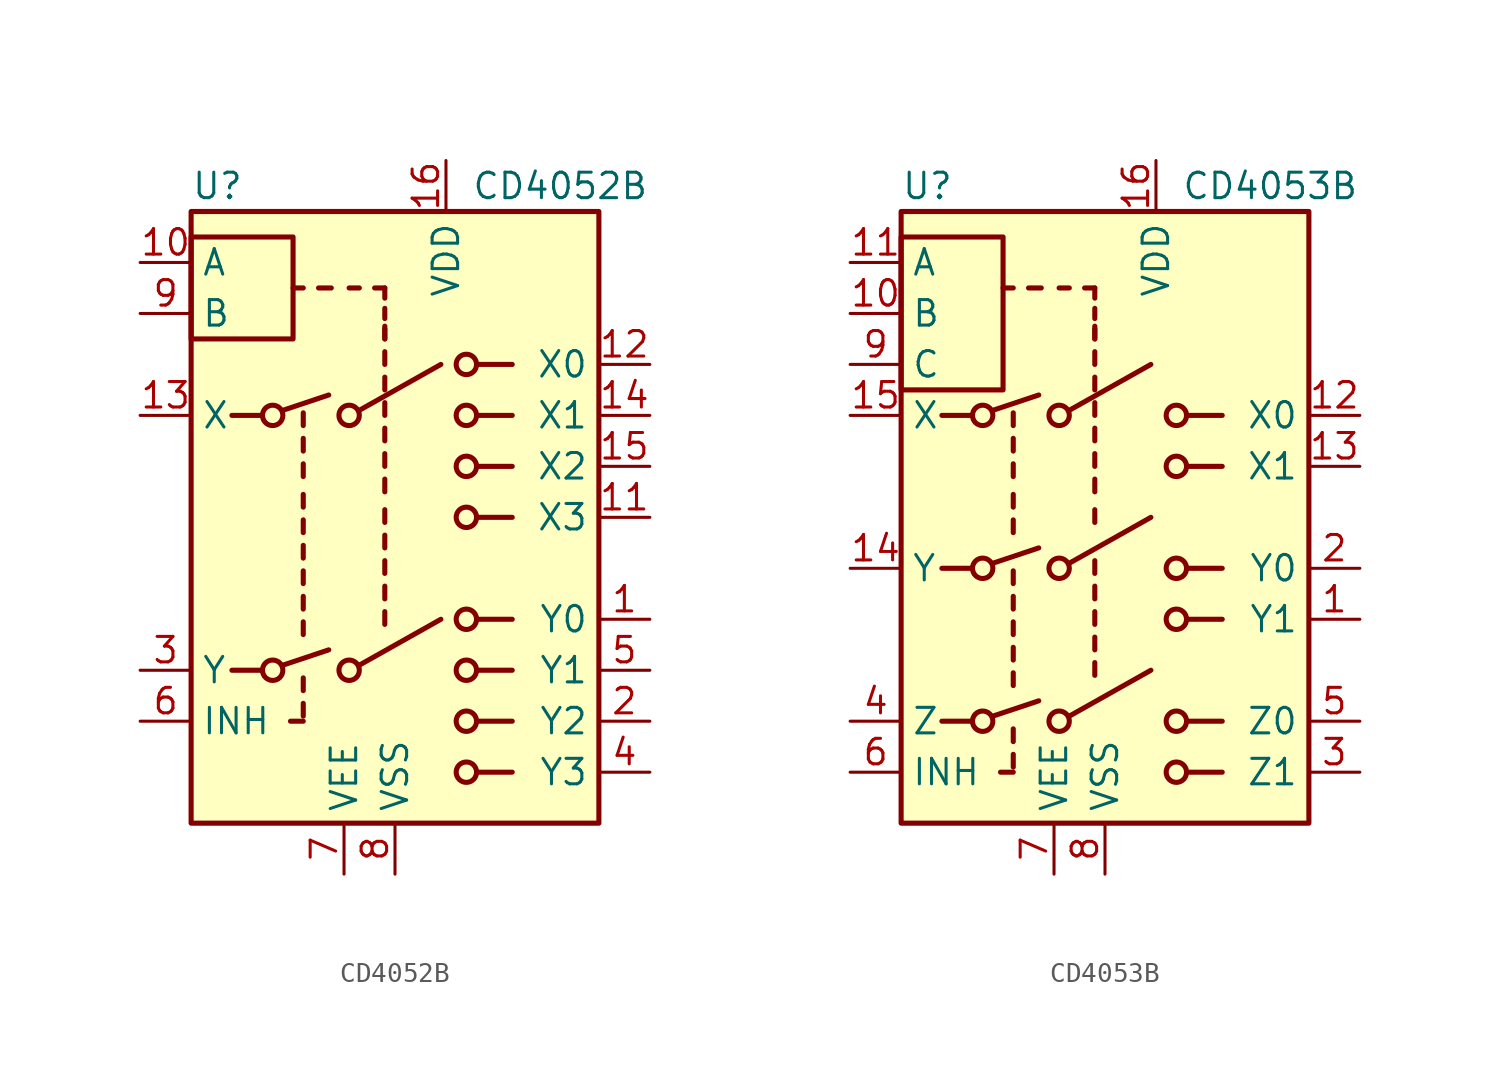
<source format=kicad_sym>
(kicad_symbol_lib
  (version 20201005)
  (generator kicad_symbol_editor)
  (symbol "CD4052B"
    (property "Reference" "U"
      (at -10.16 16.51 0)
      (effects (font (size 1.27 1.27)) (justify left)))
    (property "Value" "CD4052B"
      (at 3.81 16.51 0)
      (effects (font (size 1.27 1.27)) (justify left)))
    (symbol "CD4052B_0_1"
      (circle (center -6.096 -7.62) (radius 0.508) (stroke (width 0.254)) (fill (type none)))
      (circle (center -6.096 5.08) (radius 0.508) (stroke (width 0.254)) (fill (type none)))
      (circle (center -2.286 -7.62) (radius 0.508) (stroke (width 0.254)) (fill (type none)))
      (circle (center -2.286 5.08) (radius 0.508) (stroke (width 0.254)) (fill (type none)))
      (circle (center 3.556 -12.7) (radius 0.508) (stroke (width 0.254)) (fill (type none)))
      (circle (center 3.556 -10.16) (radius 0.508) (stroke (width 0.254)) (fill (type none)))
      (circle (center 3.556 -7.62) (radius 0.508) (stroke (width 0.254)) (fill (type none)))
      (circle (center 3.556 -5.08) (radius 0.508) (stroke (width 0.254)) (fill (type none)))
      (circle (center 3.556 0) (radius 0.508) (stroke (width 0.254)) (fill (type none)))
      (circle (center 3.556 2.54) (radius 0.508) (stroke (width 0.254)) (fill (type none)))
      (circle (center 3.556 5.08) (radius 0.508) (stroke (width 0.254)) (fill (type none)))
      (circle (center 3.556 7.62) (radius 0.508) (stroke (width 0.254)) (fill (type none)))
      (rectangle (start -10.16 8.89) (end -5.08 13.97) (stroke (width 0.254)) (fill (type none)))
      (rectangle (start -10.16 15.24) (end 10.16 -15.24) (stroke (width 0.254)) (fill (type background)))
      (polyline (pts (xy -8.128 -7.62) (xy -6.604 -7.62)) (stroke (width 0.254)) (fill (type none)))
      (polyline (pts (xy -8.128 5.08) (xy -6.604 5.08)) (stroke (width 0.254)) (fill (type none)))
      (polyline (pts (xy -5.588 -7.366) (xy -3.302 -6.604)) (stroke (width 0.254)) (fill (type none)))
      (polyline (pts (xy -5.588 5.334) (xy -3.302 6.096)) (stroke (width 0.254)) (fill (type none)))
      (polyline (pts (xy -4.572 -10.16) (xy -5.207 -10.16)) (stroke (width 0.254)) (fill (type none)))
      (polyline (pts (xy -4.572 -9.906) (xy -4.572 -9.271)) (stroke (width 0.254)) (fill (type none)))
      (polyline (pts (xy -4.572 -8.636) (xy -4.572 -8.001)) (stroke (width 0.254)) (fill (type none)))
      (polyline (pts (xy -4.572 -5.842) (xy -4.572 -5.207)) (stroke (width 0.254)) (fill (type none)))
      (polyline (pts (xy -4.572 -4.572) (xy -4.572 -3.937)) (stroke (width 0.254)) (fill (type none)))
      (polyline (pts (xy -4.572 -3.302) (xy -4.572 -2.667)) (stroke (width 0.254)) (fill (type none)))
      (polyline (pts (xy -4.572 -2.032) (xy -4.572 -1.397)) (stroke (width 0.254)) (fill (type none)))
      (polyline (pts (xy -4.572 -0.762) (xy -4.572 -0.127)) (stroke (width 0.254)) (fill (type none)))
      (polyline (pts (xy -4.572 0.508) (xy -4.572 1.143)) (stroke (width 0.254)) (fill (type none)))
      (polyline (pts (xy -4.572 2.032) (xy -4.572 2.667)) (stroke (width 0.254)) (fill (type none)))
      (polyline (pts (xy -4.572 3.302) (xy -4.572 3.937)) (stroke (width 0.254)) (fill (type none)))
      (polyline (pts (xy -4.572 4.572) (xy -4.572 5.207)) (stroke (width 0.254)) (fill (type none)))
      (polyline (pts (xy -4.572 11.43) (xy -5.08 11.43)) (stroke (width 0.254)) (fill (type none)))
      (polyline (pts (xy -3.81 11.43) (xy -3.175 11.43)) (stroke (width 0.254)) (fill (type none)))
      (polyline (pts (xy -1.778 -7.366) (xy 2.286 -5.08)) (stroke (width 0.254)) (fill (type none)))
      (polyline (pts (xy -1.778 5.334) (xy 2.286 7.62)) (stroke (width 0.254)) (fill (type none)))
      (polyline (pts (xy -1.778 11.43) (xy -2.286 11.43)) (stroke (width 0.254)) (fill (type none)))
      (polyline (pts (xy -0.508 -5.334) (xy -0.508 -4.699)) (stroke (width 0.254)) (fill (type none)))
      (polyline (pts (xy -0.508 -4.064) (xy -0.508 -3.429)) (stroke (width 0.254)) (fill (type none)))
      (polyline (pts (xy -0.508 -2.794) (xy -0.508 -2.159)) (stroke (width 0.254)) (fill (type none)))
      (polyline (pts (xy -0.508 -1.524) (xy -0.508 -0.889)) (stroke (width 0.254)) (fill (type none)))
      (polyline (pts (xy -0.508 -0.254) (xy -0.508 0.381)) (stroke (width 0.254)) (fill (type none)))
      (polyline (pts (xy -0.508 1.27) (xy -0.508 1.905)) (stroke (width 0.254)) (fill (type none)))
      (polyline (pts (xy -0.508 2.54) (xy -0.508 3.175)) (stroke (width 0.254)) (fill (type none)))
      (polyline (pts (xy -0.508 3.81) (xy -0.508 4.445)) (stroke (width 0.254)) (fill (type none)))
      (polyline (pts (xy -0.508 5.08) (xy -0.508 5.715)) (stroke (width 0.254)) (fill (type none)))
      (polyline (pts (xy -0.508 6.35) (xy -0.508 6.985)) (stroke (width 0.254)) (fill (type none)))
      (polyline (pts (xy -0.508 7.62) (xy -0.508 8.255)) (stroke (width 0.254)) (fill (type none)))
      (polyline (pts (xy -0.508 8.89) (xy -0.508 9.398)) (stroke (width 0.254)) (fill (type none)))
      (polyline (pts (xy -0.508 8.89) (xy -0.508 9.525)) (stroke (width 0.254)) (fill (type none)))
      (polyline (pts (xy -0.508 9.906) (xy -0.508 10.414)) (stroke (width 0.254)) (fill (type none)))
      (polyline (pts (xy -0.508 10.922) (xy -0.508 11.43)) (stroke (width 0.254)) (fill (type none)))
      (polyline (pts (xy -0.508 11.43) (xy -1.016 11.43)) (stroke (width 0.254)) (fill (type none)))
      (polyline (pts (xy 4.064 -12.7) (xy 5.842 -12.7)) (stroke (width 0.254)) (fill (type none)))
      (polyline (pts (xy 4.064 -10.16) (xy 5.842 -10.16)) (stroke (width 0.254)) (fill (type none)))
      (polyline (pts (xy 4.064 -7.62) (xy 5.842 -7.62)) (stroke (width 0.254)) (fill (type none)))
      (polyline (pts (xy 4.064 -5.08) (xy 5.842 -5.08)) (stroke (width 0.254)) (fill (type none)))
      (polyline (pts (xy 4.064 0) (xy 5.842 0)) (stroke (width 0.254)) (fill (type none)))
      (polyline (pts (xy 4.064 2.54) (xy 5.842 2.54)) (stroke (width 0.254)) (fill (type none)))
      (polyline (pts (xy 4.064 5.08) (xy 5.842 5.08)) (stroke (width 0.254)) (fill (type none)))
      (polyline (pts (xy 4.064 7.62) (xy 5.842 7.62)) (stroke (width 0.254)) (fill (type none))))
    (symbol "CD4052B_1_1"
      (pin bidirectional line (at 12.7 -5.08 180) (length 2.54) (name "Y0" (effects (font (size 1.27 1.27)))) (number "1" (effects (font (size 1.27 1.27)))))
      (pin input line (at -12.7 12.7 0) (length 2.54) (name "A" (effects (font (size 1.27 1.27)))) (number "10" (effects (font (size 1.27 1.27)))))
      (pin bidirectional line (at 12.7 0 180) (length 2.54) (name "X3" (effects (font (size 1.27 1.27)))) (number "11" (effects (font (size 1.27 1.27)))))
      (pin bidirectional line (at 12.7 7.62 180) (length 2.54) (name "X0" (effects (font (size 1.27 1.27)))) (number "12" (effects (font (size 1.27 1.27)))))
      (pin bidirectional line (at -12.7 5.08 0) (length 2.54) (name "X" (effects (font (size 1.27 1.27)))) (number "13" (effects (font (size 1.27 1.27)))))
      (pin bidirectional line (at 12.7 5.08 180) (length 2.54) (name "X1" (effects (font (size 1.27 1.27)))) (number "14" (effects (font (size 1.27 1.27)))))
      (pin bidirectional line (at 12.7 2.54 180) (length 2.54) (name "X2" (effects (font (size 1.27 1.27)))) (number "15" (effects (font (size 1.27 1.27)))))
      (pin power_in line (at 2.54 17.78 270) (length 2.54) (name "VDD" (effects (font (size 1.27 1.27)))) (number "16" (effects (font (size 1.27 1.27)))))
      (pin bidirectional line (at 12.7 -10.16 180) (length 2.54) (name "Y2" (effects (font (size 1.27 1.27)))) (number "2" (effects (font (size 1.27 1.27)))))
      (pin bidirectional line (at -12.7 -7.62 0) (length 2.54) (name "Y" (effects (font (size 1.27 1.27)))) (number "3" (effects (font (size 1.27 1.27)))))
      (pin bidirectional line (at 12.7 -12.7 180) (length 2.54) (name "Y3" (effects (font (size 1.27 1.27)))) (number "4" (effects (font (size 1.27 1.27)))))
      (pin bidirectional line (at 12.7 -7.62 180) (length 2.54) (name "Y1" (effects (font (size 1.27 1.27)))) (number "5" (effects (font (size 1.27 1.27)))))
      (pin input line (at -12.7 -10.16 0) (length 2.54) (name "INH" (effects (font (size 1.27 1.27)))) (number "6" (effects (font (size 1.27 1.27)))))
      (pin power_in line (at -2.54 -17.78 90) (length 2.54) (name "VEE" (effects (font (size 1.27 1.27)))) (number "7" (effects (font (size 1.27 1.27)))))
      (pin power_in line (at 0 -17.78 90) (length 2.54) (name "VSS" (effects (font (size 1.27 1.27)))) (number "8" (effects (font (size 1.27 1.27)))))
      (pin input line (at -12.7 10.16 0) (length 2.54) (name "B" (effects (font (size 1.27 1.27)))) (number "9" (effects (font (size 1.27 1.27)))))))
  (symbol "CD4053B"
    (property "Reference" "U"
      (at -10.16 16.51 0)
      (effects (font (size 1.27 1.27)) (justify left)))
    (property "Value" "CD4053B"
      (at 3.81 16.51 0)
      (effects (font (size 1.27 1.27)) (justify left)))
    (symbol "CD4053B_0_1"
      (circle (center -6.096 -10.16) (radius 0.508) (stroke (width 0.254)) (fill (type none)))
      (circle (center -6.096 -2.54) (radius 0.508) (stroke (width 0.254)) (fill (type none)))
      (circle (center -6.096 5.08) (radius 0.508) (stroke (width 0.254)) (fill (type none)))
      (circle (center -2.286 -10.16) (radius 0.508) (stroke (width 0.254)) (fill (type none)))
      (circle (center -2.286 -2.54) (radius 0.508) (stroke (width 0.254)) (fill (type none)))
      (circle (center -2.286 5.08) (radius 0.508) (stroke (width 0.254)) (fill (type none)))
      (circle (center 3.556 -12.7) (radius 0.508) (stroke (width 0.254)) (fill (type none)))
      (circle (center 3.556 -10.16) (radius 0.508) (stroke (width 0.254)) (fill (type none)))
      (circle (center 3.556 -5.08) (radius 0.508) (stroke (width 0.254)) (fill (type none)))
      (circle (center 3.556 -2.54) (radius 0.508) (stroke (width 0.254)) (fill (type none)))
      (circle (center 3.556 2.54) (radius 0.508) (stroke (width 0.254)) (fill (type none)))
      (circle (center 3.556 5.08) (radius 0.508) (stroke (width 0.254)) (fill (type none)))
      (rectangle (start -10.16 6.35) (end -5.08 13.97) (stroke (width 0.254)) (fill (type none)))
      (rectangle (start -10.16 15.24) (end 10.16 -15.24) (stroke (width 0.254)) (fill (type background)))
      (polyline (pts (xy -8.128 -10.16) (xy -6.604 -10.16)) (stroke (width 0.254)) (fill (type none)))
      (polyline (pts (xy -8.128 -2.54) (xy -6.604 -2.54)) (stroke (width 0.254)) (fill (type none)))
      (polyline (pts (xy -8.128 5.08) (xy -6.604 5.08)) (stroke (width 0.254)) (fill (type none)))
      (polyline (pts (xy -5.588 -9.906) (xy -3.302 -9.144)) (stroke (width 0.254)) (fill (type none)))
      (polyline (pts (xy -5.588 -2.286) (xy -3.302 -1.524)) (stroke (width 0.254)) (fill (type none)))
      (polyline (pts (xy -5.588 5.334) (xy -3.302 6.096)) (stroke (width 0.254)) (fill (type none)))
      (polyline (pts (xy -4.572 -12.7) (xy -5.207 -12.7)) (stroke (width 0.254)) (fill (type none)))
      (polyline (pts (xy -4.572 -12.446) (xy -4.572 -11.811)) (stroke (width 0.254)) (fill (type none)))
      (polyline (pts (xy -4.572 -11.176) (xy -4.572 -10.541)) (stroke (width 0.254)) (fill (type none)))
      (polyline (pts (xy -4.572 -8.382) (xy -4.572 -7.747)) (stroke (width 0.254)) (fill (type none)))
      (polyline (pts (xy -4.572 -7.112) (xy -4.572 -6.477)) (stroke (width 0.254)) (fill (type none)))
      (polyline (pts (xy -4.572 -5.842) (xy -4.572 -5.207)) (stroke (width 0.254)) (fill (type none)))
      (polyline (pts (xy -4.572 -4.572) (xy -4.572 -3.937)) (stroke (width 0.254)) (fill (type none)))
      (polyline (pts (xy -4.572 -3.302) (xy -4.572 -2.667)) (stroke (width 0.254)) (fill (type none)))
      (polyline (pts (xy -4.572 -0.762) (xy -4.572 -0.127)) (stroke (width 0.254)) (fill (type none)))
      (polyline (pts (xy -4.572 0.508) (xy -4.572 1.143)) (stroke (width 0.254)) (fill (type none)))
      (polyline (pts (xy -4.572 2.032) (xy -4.572 2.667)) (stroke (width 0.254)) (fill (type none)))
      (polyline (pts (xy -4.572 3.302) (xy -4.572 3.937)) (stroke (width 0.254)) (fill (type none)))
      (polyline (pts (xy -4.572 4.572) (xy -4.572 5.207)) (stroke (width 0.254)) (fill (type none)))
      (polyline (pts (xy -4.572 11.43) (xy -5.08 11.43)) (stroke (width 0.254)) (fill (type none)))
      (polyline (pts (xy -3.81 11.43) (xy -3.175 11.43)) (stroke (width 0.254)) (fill (type none)))
      (polyline (pts (xy -1.778 -9.906) (xy 2.286 -7.62)) (stroke (width 0.254)) (fill (type none)))
      (polyline (pts (xy -1.778 -2.286) (xy 2.286 0)) (stroke (width 0.254)) (fill (type none)))
      (polyline (pts (xy -1.778 5.334) (xy 2.286 7.62)) (stroke (width 0.254)) (fill (type none)))
      (polyline (pts (xy -1.778 11.43) (xy -2.286 11.43)) (stroke (width 0.254)) (fill (type none)))
      (polyline (pts (xy -0.508 -7.874) (xy -0.508 -7.239)) (stroke (width 0.254)) (fill (type none)))
      (polyline (pts (xy -0.508 -6.604) (xy -0.508 -5.969)) (stroke (width 0.254)) (fill (type none)))
      (polyline (pts (xy -0.508 -5.334) (xy -0.508 -4.699)) (stroke (width 0.254)) (fill (type none)))
      (polyline (pts (xy -0.508 -4.064) (xy -0.508 -3.429)) (stroke (width 0.254)) (fill (type none)))
      (polyline (pts (xy -0.508 -2.794) (xy -0.508 -2.159)) (stroke (width 0.254)) (fill (type none)))
      (polyline (pts (xy -0.508 -0.254) (xy -0.508 0.381)) (stroke (width 0.254)) (fill (type none)))
      (polyline (pts (xy -0.508 1.27) (xy -0.508 1.905)) (stroke (width 0.254)) (fill (type none)))
      (polyline (pts (xy -0.508 2.54) (xy -0.508 3.175)) (stroke (width 0.254)) (fill (type none)))
      (polyline (pts (xy -0.508 3.81) (xy -0.508 4.445)) (stroke (width 0.254)) (fill (type none)))
      (polyline (pts (xy -0.508 5.08) (xy -0.508 5.715)) (stroke (width 0.254)) (fill (type none)))
      (polyline (pts (xy -0.508 6.35) (xy -0.508 6.985)) (stroke (width 0.254)) (fill (type none)))
      (polyline (pts (xy -0.508 7.62) (xy -0.508 8.255)) (stroke (width 0.254)) (fill (type none)))
      (polyline (pts (xy -0.508 8.89) (xy -0.508 9.398)) (stroke (width 0.254)) (fill (type none)))
      (polyline (pts (xy -0.508 8.89) (xy -0.508 9.525)) (stroke (width 0.254)) (fill (type none)))
      (polyline (pts (xy -0.508 9.906) (xy -0.508 10.414)) (stroke (width 0.254)) (fill (type none)))
      (polyline (pts (xy -0.508 10.922) (xy -0.508 11.43)) (stroke (width 0.254)) (fill (type none)))
      (polyline (pts (xy -0.508 11.43) (xy -1.016 11.43)) (stroke (width 0.254)) (fill (type none)))
      (polyline (pts (xy 4.064 -12.7) (xy 5.842 -12.7)) (stroke (width 0.254)) (fill (type none)))
      (polyline (pts (xy 4.064 -10.16) (xy 5.842 -10.16)) (stroke (width 0.254)) (fill (type none)))
      (polyline (pts (xy 4.064 -5.08) (xy 5.842 -5.08)) (stroke (width 0.254)) (fill (type none)))
      (polyline (pts (xy 4.064 -2.54) (xy 5.842 -2.54)) (stroke (width 0.254)) (fill (type none)))
      (polyline (pts (xy 4.064 2.54) (xy 5.842 2.54)) (stroke (width 0.254)) (fill (type none)))
      (polyline (pts (xy 4.064 5.08) (xy 5.842 5.08)) (stroke (width 0.254)) (fill (type none))))
    (symbol "CD4053B_1_1"
      (pin bidirectional line (at 12.7 -5.08 180) (length 2.54) (name "Y1" (effects (font (size 1.27 1.27)))) (number "1" (effects (font (size 1.27 1.27)))))
      (pin input line (at -12.7 10.16 0) (length 2.54) (name "B" (effects (font (size 1.27 1.27)))) (number "10" (effects (font (size 1.27 1.27)))))
      (pin input line (at -12.7 12.7 0) (length 2.54) (name "A" (effects (font (size 1.27 1.27)))) (number "11" (effects (font (size 1.27 1.27)))))
      (pin bidirectional line (at 12.7 5.08 180) (length 2.54) (name "X0" (effects (font (size 1.27 1.27)))) (number "12" (effects (font (size 1.27 1.27)))))
      (pin bidirectional line (at 12.7 2.54 180) (length 2.54) (name "X1" (effects (font (size 1.27 1.27)))) (number "13" (effects (font (size 1.27 1.27)))))
      (pin bidirectional line (at -12.7 -2.54 0) (length 2.54) (name "Y" (effects (font (size 1.27 1.27)))) (number "14" (effects (font (size 1.27 1.27)))))
      (pin bidirectional line (at -12.7 5.08 0) (length 2.54) (name "X" (effects (font (size 1.27 1.27)))) (number "15" (effects (font (size 1.27 1.27)))))
      (pin power_in line (at 2.54 17.78 270) (length 2.54) (name "VDD" (effects (font (size 1.27 1.27)))) (number "16" (effects (font (size 1.27 1.27)))))
      (pin bidirectional line (at 12.7 -2.54 180) (length 2.54) (name "Y0" (effects (font (size 1.27 1.27)))) (number "2" (effects (font (size 1.27 1.27)))))
      (pin bidirectional line (at 12.7 -12.7 180) (length 2.54) (name "Z1" (effects (font (size 1.27 1.27)))) (number "3" (effects (font (size 1.27 1.27)))))
      (pin bidirectional line (at -12.7 -10.16 0) (length 2.54) (name "Z" (effects (font (size 1.27 1.27)))) (number "4" (effects (font (size 1.27 1.27)))))
      (pin bidirectional line (at 12.7 -10.16 180) (length 2.54) (name "Z0" (effects (font (size 1.27 1.27)))) (number "5" (effects (font (size 1.27 1.27)))))
      (pin input line (at -12.7 -12.7 0) (length 2.54) (name "INH" (effects (font (size 1.27 1.27)))) (number "6" (effects (font (size 1.27 1.27)))))
      (pin power_in line (at -2.54 -17.78 90) (length 2.54) (name "VEE" (effects (font (size 1.27 1.27)))) (number "7" (effects (font (size 1.27 1.27)))))
      (pin power_in line (at 0 -17.78 90) (length 2.54) (name "VSS" (effects (font (size 1.27 1.27)))) (number "8" (effects (font (size 1.27 1.27)))))
      (pin input line (at -12.7 7.62 0) (length 2.54) (name "C" (effects (font (size 1.27 1.27)))) (number "9" (effects (font (size 1.27 1.27))))))))
</source>
